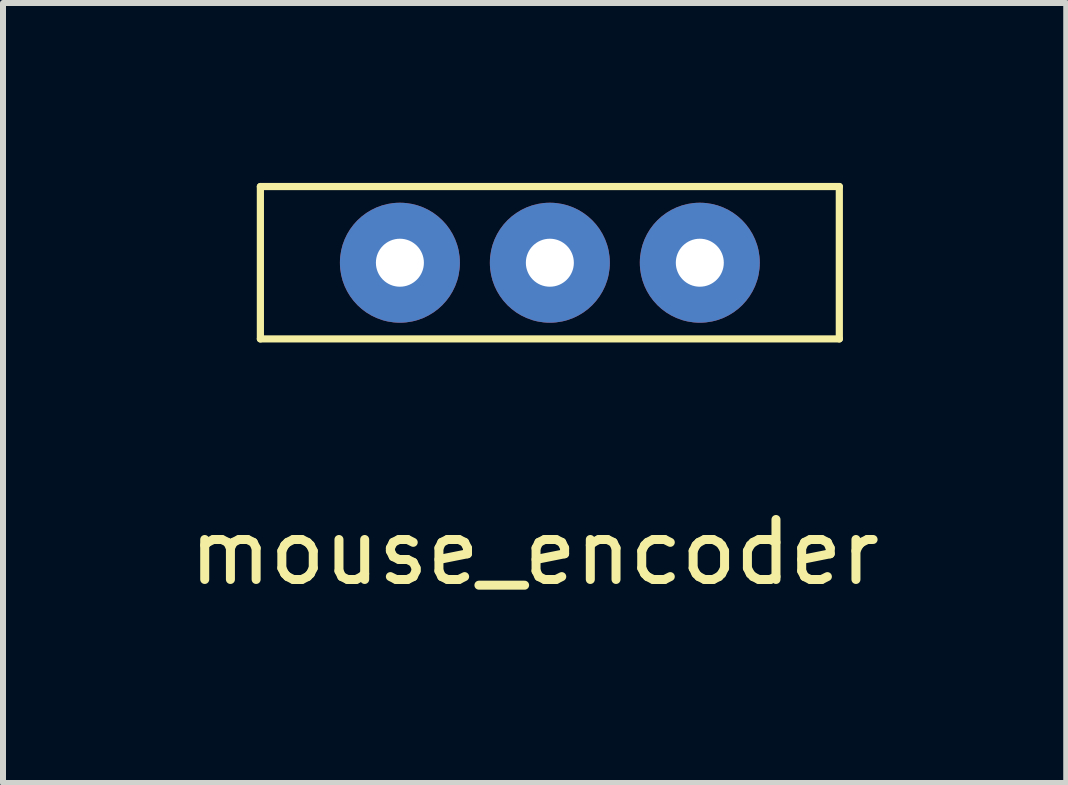
<source format=kicad_pcb>
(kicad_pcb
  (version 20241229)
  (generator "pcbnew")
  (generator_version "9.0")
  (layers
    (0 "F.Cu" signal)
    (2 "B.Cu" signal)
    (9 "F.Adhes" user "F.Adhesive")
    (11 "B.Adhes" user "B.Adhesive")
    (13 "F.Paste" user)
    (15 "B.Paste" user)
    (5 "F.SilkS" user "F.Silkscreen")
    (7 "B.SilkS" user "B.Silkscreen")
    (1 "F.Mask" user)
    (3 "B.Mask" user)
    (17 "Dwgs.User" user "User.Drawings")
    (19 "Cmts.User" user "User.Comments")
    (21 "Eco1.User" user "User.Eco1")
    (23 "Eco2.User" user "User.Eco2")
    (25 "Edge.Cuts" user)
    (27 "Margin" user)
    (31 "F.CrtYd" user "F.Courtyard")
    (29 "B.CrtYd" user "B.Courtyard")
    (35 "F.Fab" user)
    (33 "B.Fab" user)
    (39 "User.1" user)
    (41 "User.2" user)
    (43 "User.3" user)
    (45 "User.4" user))
  (footprint "mouse_encoder"
    (layer "F.Cu")
    (at 6.117 1.33)
    (property "Reference" "mouse_encoder" (at -0.254 4.826 0) (layer "F.SilkS") (effects (font (size 1 1) (thickness 0.15))))
    (attr through_hole)
    (fp_line (start -4.826 -1.27) (end 4.826 -1.27) (stroke (width 0.12) (type solid)) (layer "F.SilkS"))
    (fp_line (start -4.826 1.27) (end -4.826 -1.27) (stroke (width 0.12) (type solid)) (layer "F.SilkS"))
    (fp_line (start 4.826 -1.27) (end 4.826 1.27) (stroke (width 0.12) (type solid)) (layer "F.SilkS"))
    (fp_line (start 4.826 1.27) (end -4.826 1.27) (stroke (width 0.12) (type solid)) (layer "F.SilkS"))
    (pad "A" thru_hole circle (at -2.5 0) (size 2 2) (drill 0.8) (layers "*.Cu" "*.Mask"))
    (pad "B" thru_hole circle (at 2.5 0) (size 2 2) (drill 0.8) (layers "*.Cu" "*.Mask"))
    (pad "C" thru_hole circle (at 0 0) (size 2 2) (drill 0.8) (layers "*.Cu" "*.Mask")))
  (gr_rect
    (start -3 -3)
    (end 14.726 10.004)
    (stroke (width 0.1) (type default))
    (fill no)
    (layer "Edge.Cuts")))
</source>
